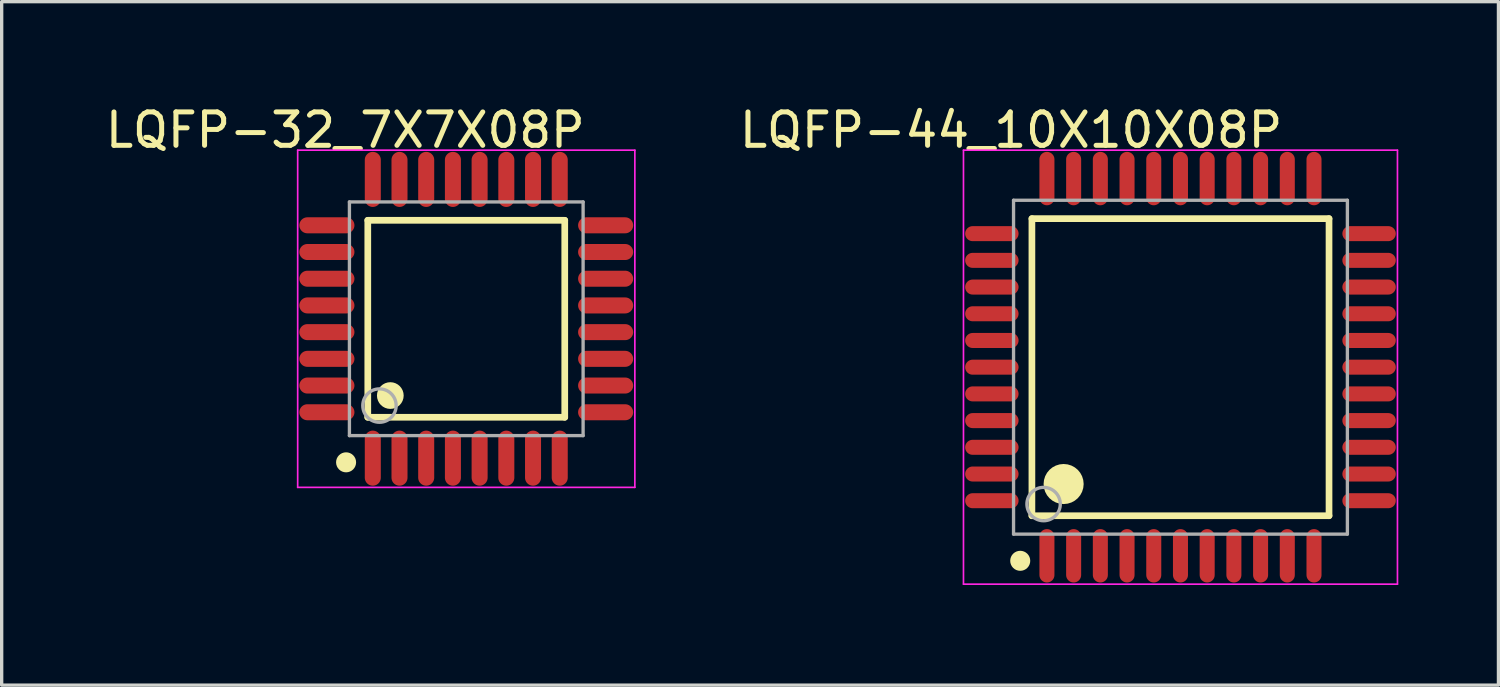
<source format=kicad_pcb>
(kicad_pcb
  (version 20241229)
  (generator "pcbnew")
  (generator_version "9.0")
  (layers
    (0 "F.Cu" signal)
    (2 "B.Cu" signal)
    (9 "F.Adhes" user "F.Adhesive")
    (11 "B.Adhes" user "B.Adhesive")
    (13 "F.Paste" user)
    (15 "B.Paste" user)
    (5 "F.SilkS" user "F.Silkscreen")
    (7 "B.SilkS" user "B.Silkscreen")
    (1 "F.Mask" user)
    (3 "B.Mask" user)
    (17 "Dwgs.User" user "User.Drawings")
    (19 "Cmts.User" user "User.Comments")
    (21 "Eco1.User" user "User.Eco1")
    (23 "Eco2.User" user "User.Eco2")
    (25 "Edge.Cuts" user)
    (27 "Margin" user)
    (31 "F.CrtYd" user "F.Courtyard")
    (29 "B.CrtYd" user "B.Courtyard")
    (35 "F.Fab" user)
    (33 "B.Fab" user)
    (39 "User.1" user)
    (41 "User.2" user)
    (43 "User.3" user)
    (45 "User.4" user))
  (footprint "LQFP-32_7X7X08P"
    (layer "F.Cu")
    (at 10.917 6.499)
    (property "Reference" "LQFP-32_7X7X08P" (at -3.625 -5.651 0) (layer "F.SilkS") (effects (font (size 1 1) (thickness 0.15))))
    (attr through_hole)
    (fp_line (start -2.95 -2.95) (end 2.95 -2.95) (stroke (width 0.2) (type solid)) (layer "F.SilkS"))
    (fp_line (start -2.95 2.95) (end -2.95 -2.95) (stroke (width 0.2) (type solid)) (layer "F.SilkS"))
    (fp_line (start -2.95 2.95) (end 2.95 2.95) (stroke (width 0.2) (type solid)) (layer "F.SilkS"))
    (fp_line (start 2.95 2.95) (end 2.95 -2.95) (stroke (width 0.2) (type solid)) (layer "F.SilkS"))
    (fp_circle (center -3.6 4.3) (end -3.45 4.3) (stroke (width 0.3) (type solid)) (fill no) (layer "F.SilkS"))
    (fp_circle (center -2.275 2.3) (end -2.075 2.3) (stroke (width 0.4) (type solid)) (fill no) (layer "F.SilkS"))
    (fp_line (start -5.05 -5.05) (end 5.05 -5.05) (stroke (width 0.05) (type solid)) (layer "F.CrtYd"))
    (fp_line (start -5.05 5.05) (end -5.05 -5.05) (stroke (width 0.05) (type solid)) (layer "F.CrtYd"))
    (fp_line (start 5.05 -5.05) (end 5.05 5.05) (stroke (width 0.05) (type solid)) (layer "F.CrtYd"))
    (fp_line (start 5.05 5.05) (end -5.05 5.05) (stroke (width 0.05) (type solid)) (layer "F.CrtYd"))
    (fp_line (start -3.5 -3.5) (end 3.5 -3.5) (stroke (width 0.1) (type solid)) (layer "F.Fab"))
    (fp_line (start -3.5 3.5) (end -3.5 -3.5) (stroke (width 0.1) (type solid)) (layer "F.Fab"))
    (fp_line (start -3.5 3.5) (end 3.5 3.5) (stroke (width 0.1) (type solid)) (layer "F.Fab"))
    (fp_line (start 3.5 3.5) (end 3.5 -3.5) (stroke (width 0.1) (type solid)) (layer "F.Fab"))
    (fp_circle (center -2.6 2.6) (end -2.1 2.6) (stroke (width 0.1) (type solid)) (fill no) (layer "F.Fab"))
    (pad "1" smd oval (at -2.8 4.175 180) (size 0.48 1.65) (layers "F.Cu" "F.Mask" "F.Paste"))
    (pad "2" smd oval (at -2 4.175 180) (size 0.48 1.65) (layers "F.Cu" "F.Mask" "F.Paste"))
    (pad "3" smd oval (at -1.2 4.175 180) (size 0.48 1.65) (layers "F.Cu" "F.Mask" "F.Paste"))
    (pad "4" smd oval (at -0.4 4.175 180) (size 0.48 1.65) (layers "F.Cu" "F.Mask" "F.Paste"))
    (pad "5" smd oval (at 0.4 4.175 180) (size 0.48 1.65) (layers "F.Cu" "F.Mask" "F.Paste"))
    (pad "6" smd oval (at 1.2 4.175 180) (size 0.48 1.65) (layers "F.Cu" "F.Mask" "F.Paste"))
    (pad "7" smd oval (at 2 4.175 180) (size 0.48 1.65) (layers "F.Cu" "F.Mask" "F.Paste"))
    (pad "8" smd oval (at 2.8 4.175 180) (size 0.48 1.65) (layers "F.Cu" "F.Mask" "F.Paste"))
    (pad "9" smd oval (at 4.175 2.8 90) (size 0.48 1.65) (layers "F.Cu" "F.Mask" "F.Paste"))
    (pad "10" smd oval (at 4.175 2 90) (size 0.48 1.65) (layers "F.Cu" "F.Mask" "F.Paste"))
    (pad "11" smd oval (at 4.175 1.2 90) (size 0.48 1.65) (layers "F.Cu" "F.Mask" "F.Paste"))
    (pad "12" smd oval (at 4.175 0.4 90) (size 0.48 1.65) (layers "F.Cu" "F.Mask" "F.Paste"))
    (pad "13" smd oval (at 4.175 -0.4 90) (size 0.48 1.65) (layers "F.Cu" "F.Mask" "F.Paste"))
    (pad "14" smd oval (at 4.175 -1.2 90) (size 0.48 1.65) (layers "F.Cu" "F.Mask" "F.Paste"))
    (pad "15" smd oval (at 4.175 -2 90) (size 0.48 1.65) (layers "F.Cu" "F.Mask" "F.Paste"))
    (pad "16" smd oval (at 4.175 -2.8 90) (size 0.48 1.65) (layers "F.Cu" "F.Mask" "F.Paste"))
    (pad "17" smd oval (at 2.8 -4.175 180) (size 0.48 1.65) (layers "F.Cu" "F.Mask" "F.Paste"))
    (pad "18" smd oval (at 2 -4.175 180) (size 0.48 1.65) (layers "F.Cu" "F.Mask" "F.Paste"))
    (pad "19" smd oval (at 1.2 -4.175 180) (size 0.48 1.65) (layers "F.Cu" "F.Mask" "F.Paste"))
    (pad "20" smd oval (at 0.4 -4.175 180) (size 0.48 1.65) (layers "F.Cu" "F.Mask" "F.Paste"))
    (pad "21" smd oval (at -0.4 -4.175 180) (size 0.48 1.65) (layers "F.Cu" "F.Mask" "F.Paste"))
    (pad "22" smd oval (at -1.2 -4.175 180) (size 0.48 1.65) (layers "F.Cu" "F.Mask" "F.Paste"))
    (pad "23" smd oval (at -2 -4.175 180) (size 0.48 1.65) (layers "F.Cu" "F.Mask" "F.Paste"))
    (pad "24" smd oval (at -2.8 -4.175 180) (size 0.48 1.65) (layers "F.Cu" "F.Mask" "F.Paste"))
    (pad "25" smd oval (at -4.175 -2.8 90) (size 0.48 1.65) (layers "F.Cu" "F.Mask" "F.Paste"))
    (pad "26" smd oval (at -4.175 -2 90) (size 0.48 1.65) (layers "F.Cu" "F.Mask" "F.Paste"))
    (pad "27" smd oval (at -4.175 -1.2 90) (size 0.48 1.65) (layers "F.Cu" "F.Mask" "F.Paste"))
    (pad "28" smd oval (at -4.175 -0.4 90) (size 0.48 1.65) (layers "F.Cu" "F.Mask" "F.Paste"))
    (pad "29" smd oval (at -4.175 0.4 90) (size 0.48 1.65) (layers "F.Cu" "F.Mask" "F.Paste"))
    (pad "30" smd oval (at -4.175 1.2 90) (size 0.48 1.65) (layers "F.Cu" "F.Mask" "F.Paste"))
    (pad "31" smd oval (at -4.175 2 90) (size 0.48 1.65) (layers "F.Cu" "F.Mask" "F.Paste"))
    (pad "32" smd oval (at -4.175 2.8 90) (size 0.48 1.65) (layers "F.Cu" "F.Mask" "F.Paste")))
  (footprint "LQFP-44_10X10X08P"
    (layer "F.Cu")
    (at 32.311 7.949)
    (property "Reference" "LQFP-44_10X10X08P" (at -5.075 -7.101 0) (layer "F.SilkS") (effects (font (size 1 1) (thickness 0.15))))
    (attr through_hole)
    (fp_line (start -4.45 -4.45) (end 4.45 -4.45) (stroke (width 0.2) (type solid)) (layer "F.SilkS"))
    (fp_line (start -4.45 4.45) (end -4.45 -4.45) (stroke (width 0.2) (type solid)) (layer "F.SilkS"))
    (fp_line (start -4.45 4.45) (end 4.45 4.45) (stroke (width 0.2) (type solid)) (layer "F.SilkS"))
    (fp_line (start 4.45 4.45) (end 4.45 -4.45) (stroke (width 0.2) (type solid)) (layer "F.SilkS"))
    (fp_circle (center -4.8 5.8) (end -4.65 5.8) (stroke (width 0.3) (type solid)) (fill no) (layer "F.SilkS"))
    (fp_circle (center -3.5 3.5) (end -3.2 3.5) (stroke (width 0.6) (type solid)) (fill no) (layer "F.SilkS"))
    (fp_line (start -6.5 -6.5) (end 6.5 -6.5) (stroke (width 0.05) (type solid)) (layer "F.CrtYd"))
    (fp_line (start -6.5 6.5) (end -6.5 -6.5) (stroke (width 0.05) (type solid)) (layer "F.CrtYd"))
    (fp_line (start 6.5 -6.5) (end 6.5 6.5) (stroke (width 0.05) (type solid)) (layer "F.CrtYd"))
    (fp_line (start 6.5 6.5) (end -6.5 6.5) (stroke (width 0.05) (type solid)) (layer "F.CrtYd"))
    (fp_line (start -5 -5) (end 5 -5) (stroke (width 0.1) (type solid)) (layer "F.Fab"))
    (fp_line (start -5 5) (end -5 -5) (stroke (width 0.1) (type solid)) (layer "F.Fab"))
    (fp_line (start -5 5) (end 5 5) (stroke (width 0.1) (type solid)) (layer "F.Fab"))
    (fp_line (start 5 5) (end 5 -5) (stroke (width 0.1) (type solid)) (layer "F.Fab"))
    (fp_circle (center -4.1 4.1) (end -3.6 4.1) (stroke (width 0.1) (type solid)) (fill no) (layer "F.Fab"))
    (pad "1" smd oval (at -4 5.65 180) (size 0.45 1.6) (layers "F.Cu" "F.Mask" "F.Paste"))
    (pad "2" smd oval (at -3.2 5.65 180) (size 0.45 1.6) (layers "F.Cu" "F.Mask" "F.Paste"))
    (pad "3" smd oval (at -2.4 5.65 180) (size 0.45 1.6) (layers "F.Cu" "F.Mask" "F.Paste"))
    (pad "4" smd oval (at -1.6 5.65 180) (size 0.45 1.6) (layers "F.Cu" "F.Mask" "F.Paste"))
    (pad "5" smd oval (at -0.8 5.65 180) (size 0.45 1.6) (layers "F.Cu" "F.Mask" "F.Paste"))
    (pad "6" smd oval (at 0 5.65 180) (size 0.45 1.6) (layers "F.Cu" "F.Mask" "F.Paste"))
    (pad "7" smd oval (at 0.8 5.65 180) (size 0.45 1.6) (layers "F.Cu" "F.Mask" "F.Paste"))
    (pad "8" smd oval (at 1.6 5.65 180) (size 0.45 1.6) (layers "F.Cu" "F.Mask" "F.Paste"))
    (pad "9" smd oval (at 2.4 5.65 180) (size 0.45 1.6) (layers "F.Cu" "F.Mask" "F.Paste"))
    (pad "10" smd oval (at 3.2 5.65 180) (size 0.45 1.6) (layers "F.Cu" "F.Mask" "F.Paste"))
    (pad "11" smd oval (at 4 5.65 180) (size 0.45 1.6) (layers "F.Cu" "F.Mask" "F.Paste"))
    (pad "12" smd oval (at 5.65 4 90) (size 0.45 1.6) (layers "F.Cu" "F.Mask" "F.Paste"))
    (pad "13" smd oval (at 5.65 3.2 90) (size 0.45 1.6) (layers "F.Cu" "F.Mask" "F.Paste"))
    (pad "14" smd oval (at 5.65 2.4 90) (size 0.45 1.6) (layers "F.Cu" "F.Mask" "F.Paste"))
    (pad "15" smd oval (at 5.65 1.6 90) (size 0.45 1.6) (layers "F.Cu" "F.Mask" "F.Paste"))
    (pad "16" smd oval (at 5.65 0.8 90) (size 0.45 1.6) (layers "F.Cu" "F.Mask" "F.Paste"))
    (pad "17" smd oval (at 5.65 0 90) (size 0.45 1.6) (layers "F.Cu" "F.Mask" "F.Paste"))
    (pad "18" smd oval (at 5.65 -0.8 90) (size 0.45 1.6) (layers "F.Cu" "F.Mask" "F.Paste"))
    (pad "19" smd oval (at 5.65 -1.6 90) (size 0.45 1.6) (layers "F.Cu" "F.Mask" "F.Paste"))
    (pad "20" smd oval (at 5.65 -2.4 90) (size 0.45 1.6) (layers "F.Cu" "F.Mask" "F.Paste"))
    (pad "21" smd oval (at 5.65 -3.2 90) (size 0.45 1.6) (layers "F.Cu" "F.Mask" "F.Paste"))
    (pad "22" smd oval (at 5.65 -4 90) (size 0.45 1.6) (layers "F.Cu" "F.Mask" "F.Paste"))
    (pad "23" smd oval (at 4 -5.65 180) (size 0.45 1.6) (layers "F.Cu" "F.Mask" "F.Paste"))
    (pad "24" smd oval (at 3.2 -5.65 180) (size 0.45 1.6) (layers "F.Cu" "F.Mask" "F.Paste"))
    (pad "25" smd oval (at 2.4 -5.65 180) (size 0.45 1.6) (layers "F.Cu" "F.Mask" "F.Paste"))
    (pad "26" smd oval (at 1.6 -5.65 180) (size 0.45 1.6) (layers "F.Cu" "F.Mask" "F.Paste"))
    (pad "27" smd oval (at 0.8 -5.65 180) (size 0.45 1.6) (layers "F.Cu" "F.Mask" "F.Paste"))
    (pad "28" smd oval (at 0 -5.65 180) (size 0.45 1.6) (layers "F.Cu" "F.Mask" "F.Paste"))
    (pad "29" smd oval (at -0.8 -5.65 180) (size 0.45 1.6) (layers "F.Cu" "F.Mask" "F.Paste"))
    (pad "30" smd oval (at -1.6 -5.65 180) (size 0.45 1.6) (layers "F.Cu" "F.Mask" "F.Paste"))
    (pad "31" smd oval (at -2.4 -5.65 180) (size 0.45 1.6) (layers "F.Cu" "F.Mask" "F.Paste"))
    (pad "32" smd oval (at -3.2 -5.65 180) (size 0.45 1.6) (layers "F.Cu" "F.Mask" "F.Paste"))
    (pad "33" smd oval (at -4 -5.65 180) (size 0.45 1.6) (layers "F.Cu" "F.Mask" "F.Paste"))
    (pad "34" smd oval (at -5.65 -4 90) (size 0.45 1.6) (layers "F.Cu" "F.Mask" "F.Paste"))
    (pad "35" smd oval (at -5.65 -3.2 90) (size 0.45 1.6) (layers "F.Cu" "F.Mask" "F.Paste"))
    (pad "36" smd oval (at -5.65 -2.4 90) (size 0.45 1.6) (layers "F.Cu" "F.Mask" "F.Paste"))
    (pad "37" smd oval (at -5.65 -1.6 90) (size 0.45 1.6) (layers "F.Cu" "F.Mask" "F.Paste"))
    (pad "38" smd oval (at -5.65 -0.8 90) (size 0.45 1.6) (layers "F.Cu" "F.Mask" "F.Paste"))
    (pad "39" smd oval (at -5.65 0 90) (size 0.45 1.6) (layers "F.Cu" "F.Mask" "F.Paste"))
    (pad "40" smd oval (at -5.65 0.8 90) (size 0.45 1.6) (layers "F.Cu" "F.Mask" "F.Paste"))
    (pad "41" smd oval (at -5.65 1.6 90) (size 0.45 1.6) (layers "F.Cu" "F.Mask" "F.Paste"))
    (pad "42" smd oval (at -5.65 2.4 90) (size 0.45 1.6) (layers "F.Cu" "F.Mask" "F.Paste"))
    (pad "43" smd oval (at -5.65 3.2 90) (size 0.45 1.6) (layers "F.Cu" "F.Mask" "F.Paste"))
    (pad "44" smd oval (at -5.65 4 90) (size 0.45 1.6) (layers "F.Cu" "F.Mask" "F.Paste")))
  (gr_rect
    (start -3 -3)
    (end 41.836 17.474)
    (stroke (width 0.1) (type default))
    (fill no)
    (layer "Edge.Cuts")))
</source>
